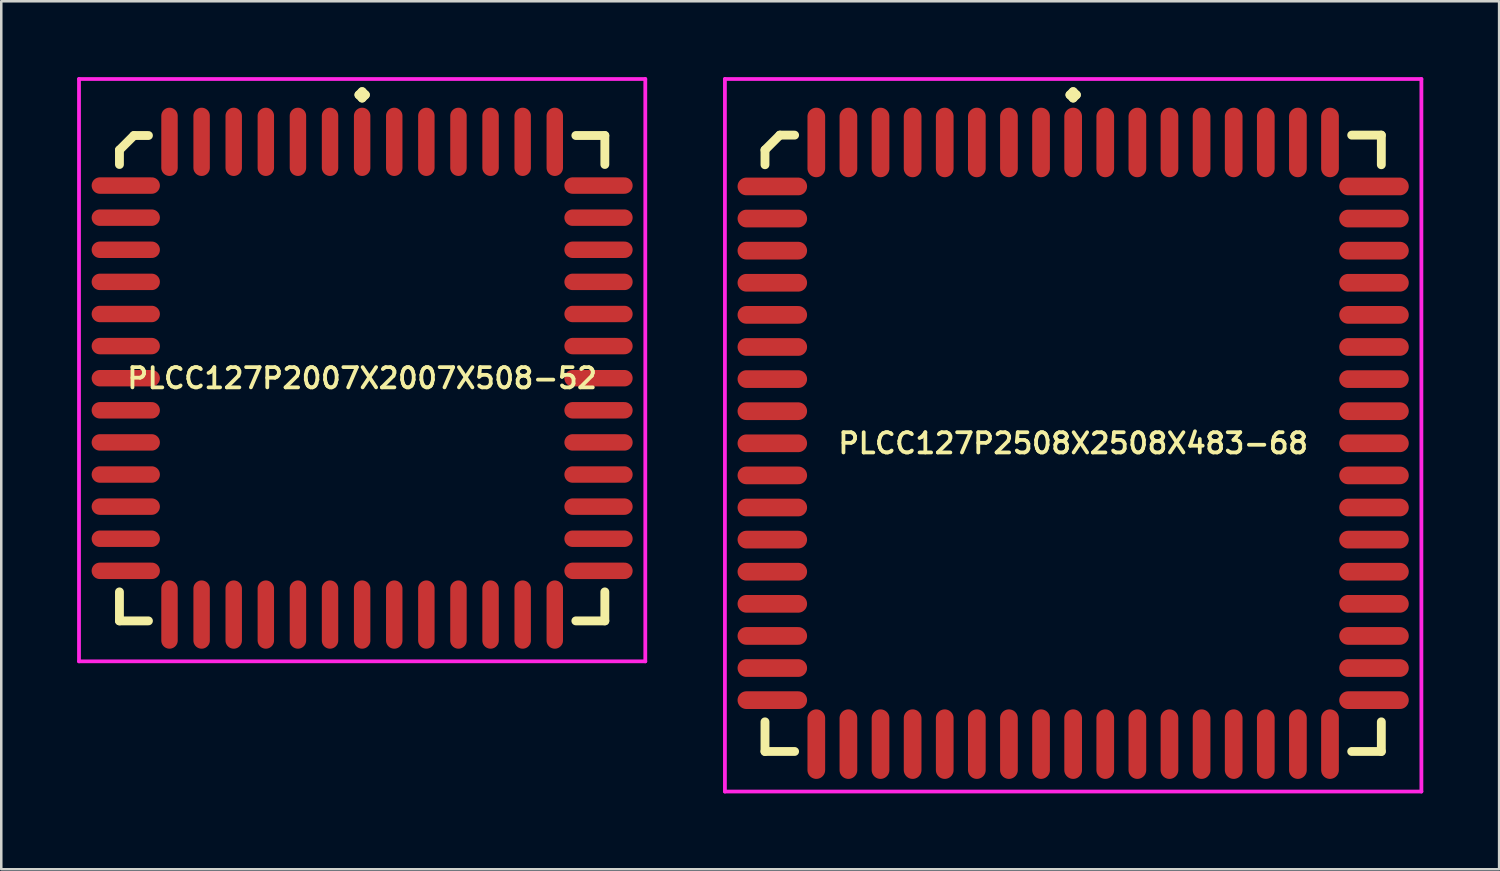
<source format=kicad_pcb>
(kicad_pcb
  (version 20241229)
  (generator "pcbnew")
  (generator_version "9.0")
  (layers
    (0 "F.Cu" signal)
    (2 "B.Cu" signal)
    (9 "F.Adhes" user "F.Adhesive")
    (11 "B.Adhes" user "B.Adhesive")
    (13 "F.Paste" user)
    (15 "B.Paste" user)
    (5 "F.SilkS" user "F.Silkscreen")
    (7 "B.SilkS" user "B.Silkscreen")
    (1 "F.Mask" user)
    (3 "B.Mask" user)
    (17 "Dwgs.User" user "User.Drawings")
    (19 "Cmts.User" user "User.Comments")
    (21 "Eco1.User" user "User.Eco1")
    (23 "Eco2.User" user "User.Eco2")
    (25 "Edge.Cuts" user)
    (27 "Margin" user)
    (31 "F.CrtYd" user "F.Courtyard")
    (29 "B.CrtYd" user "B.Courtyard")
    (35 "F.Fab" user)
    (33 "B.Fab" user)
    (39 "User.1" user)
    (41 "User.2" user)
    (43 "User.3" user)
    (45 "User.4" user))
  (footprint "PLCC127P2007X2007X508-52"
    (layer "F.Cu")
    (at 11.275 11.91)
    (property "Reference" "PLCC127P2007X2007X508-52" (at 0 0 0) (layer "F.SilkS") (effects (font (size 0.8 0.8) (thickness 0.15))))
    (attr through_hole)
    (fp_line (start -9.6 -9.027) (end -9.027 -9.6) (stroke (width 0.35) (type solid)) (layer "F.SilkS"))
    (fp_line (start -9.6 -8.453) (end -9.6 -9.027) (stroke (width 0.35) (type solid)) (layer "F.SilkS"))
    (fp_line (start -9.6 8.453) (end -9.6 9.6) (stroke (width 0.35) (type solid)) (layer "F.SilkS"))
    (fp_line (start -9.6 9.6) (end -8.453 9.6) (stroke (width 0.35) (type solid)) (layer "F.SilkS"))
    (fp_line (start -9.027 -9.6) (end -8.453 -9.6) (stroke (width 0.35) (type solid)) (layer "F.SilkS"))
    (fp_line (start -0.127 -11.208) (end 0 -11.335) (stroke (width 0.35) (type solid)) (layer "F.SilkS"))
    (fp_line (start 0 -11.335) (end 0.127 -11.208) (stroke (width 0.35) (type solid)) (layer "F.SilkS"))
    (fp_line (start 0 -11.081) (end -0.127 -11.208) (stroke (width 0.35) (type solid)) (layer "F.SilkS"))
    (fp_line (start 0.127 -11.208) (end 0 -11.081) (stroke (width 0.35) (type solid)) (layer "F.SilkS"))
    (fp_line (start 9.6 -9.6) (end 8.453 -9.6) (stroke (width 0.35) (type solid)) (layer "F.SilkS"))
    (fp_line (start 9.6 -8.453) (end 9.6 -9.6) (stroke (width 0.35) (type solid)) (layer "F.SilkS"))
    (fp_line (start 9.6 8.453) (end 9.6 9.6) (stroke (width 0.35) (type solid)) (layer "F.SilkS"))
    (fp_line (start 9.6 9.6) (end 8.453 9.6) (stroke (width 0.35) (type solid)) (layer "F.SilkS"))
    (fp_line (start -11.2 -11.835) (end 11.2 -11.835) (stroke (width 0.15) (type solid)) (layer "F.CrtYd"))
    (fp_line (start -11.2 11.2) (end -11.2 -11.835) (stroke (width 0.15) (type solid)) (layer "F.CrtYd"))
    (fp_line (start 11.2 -11.835) (end 11.2 11.2) (stroke (width 0.15) (type solid)) (layer "F.CrtYd"))
    (fp_line (start 11.2 11.2) (end -11.2 11.2) (stroke (width 0.15) (type solid)) (layer "F.CrtYd"))
    (pad "1" smd oval (at 0 -9.35) (size 0.65 2.7) (layers "F.Cu" "F.Mask" "F.Paste"))
    (pad "2" smd oval (at -1.27 -9.35) (size 0.65 2.7) (layers "F.Cu" "F.Mask" "F.Paste"))
    (pad "3" smd oval (at -2.54 -9.35) (size 0.65 2.7) (layers "F.Cu" "F.Mask" "F.Paste"))
    (pad "4" smd oval (at -3.81 -9.35) (size 0.65 2.7) (layers "F.Cu" "F.Mask" "F.Paste"))
    (pad "5" smd oval (at -5.08 -9.35) (size 0.65 2.7) (layers "F.Cu" "F.Mask" "F.Paste"))
    (pad "6" smd oval (at -6.35 -9.35) (size 0.65 2.7) (layers "F.Cu" "F.Mask" "F.Paste"))
    (pad "7" smd oval (at -7.62 -9.35) (size 0.65 2.7) (layers "F.Cu" "F.Mask" "F.Paste"))
    (pad "8" smd oval (at -9.35 -7.62) (size 2.7 0.65) (layers "F.Cu" "F.Mask" "F.Paste"))
    (pad "9" smd oval (at -9.35 -6.35) (size 2.7 0.65) (layers "F.Cu" "F.Mask" "F.Paste"))
    (pad "10" smd oval (at -9.35 -5.08) (size 2.7 0.65) (layers "F.Cu" "F.Mask" "F.Paste"))
    (pad "11" smd oval (at -9.35 -3.81) (size 2.7 0.65) (layers "F.Cu" "F.Mask" "F.Paste"))
    (pad "12" smd oval (at -9.35 -2.54) (size 2.7 0.65) (layers "F.Cu" "F.Mask" "F.Paste"))
    (pad "13" smd oval (at -9.35 -1.27) (size 2.7 0.65) (layers "F.Cu" "F.Mask" "F.Paste"))
    (pad "14" smd oval (at -9.35 0) (size 2.7 0.65) (layers "F.Cu" "F.Mask" "F.Paste"))
    (pad "15" smd oval (at -9.35 1.27) (size 2.7 0.65) (layers "F.Cu" "F.Mask" "F.Paste"))
    (pad "16" smd oval (at -9.35 2.54) (size 2.7 0.65) (layers "F.Cu" "F.Mask" "F.Paste"))
    (pad "17" smd oval (at -9.35 3.81) (size 2.7 0.65) (layers "F.Cu" "F.Mask" "F.Paste"))
    (pad "18" smd oval (at -9.35 5.08) (size 2.7 0.65) (layers "F.Cu" "F.Mask" "F.Paste"))
    (pad "19" smd oval (at -9.35 6.35) (size 2.7 0.65) (layers "F.Cu" "F.Mask" "F.Paste"))
    (pad "20" smd oval (at -9.35 7.62) (size 2.7 0.65) (layers "F.Cu" "F.Mask" "F.Paste"))
    (pad "21" smd oval (at -7.62 9.35) (size 0.65 2.7) (layers "F.Cu" "F.Mask" "F.Paste"))
    (pad "22" smd oval (at -6.35 9.35) (size 0.65 2.7) (layers "F.Cu" "F.Mask" "F.Paste"))
    (pad "23" smd oval (at -5.08 9.35) (size 0.65 2.7) (layers "F.Cu" "F.Mask" "F.Paste"))
    (pad "24" smd oval (at -3.81 9.35) (size 0.65 2.7) (layers "F.Cu" "F.Mask" "F.Paste"))
    (pad "25" smd oval (at -2.54 9.35) (size 0.65 2.7) (layers "F.Cu" "F.Mask" "F.Paste"))
    (pad "26" smd oval (at -1.27 9.35) (size 0.65 2.7) (layers "F.Cu" "F.Mask" "F.Paste"))
    (pad "27" smd oval (at 0 9.35) (size 0.65 2.7) (layers "F.Cu" "F.Mask" "F.Paste"))
    (pad "28" smd oval (at 1.27 9.35) (size 0.65 2.7) (layers "F.Cu" "F.Mask" "F.Paste"))
    (pad "29" smd oval (at 2.54 9.35) (size 0.65 2.7) (layers "F.Cu" "F.Mask" "F.Paste"))
    (pad "30" smd oval (at 3.81 9.35) (size 0.65 2.7) (layers "F.Cu" "F.Mask" "F.Paste"))
    (pad "31" smd oval (at 5.08 9.35) (size 0.65 2.7) (layers "F.Cu" "F.Mask" "F.Paste"))
    (pad "32" smd oval (at 6.35 9.35) (size 0.65 2.7) (layers "F.Cu" "F.Mask" "F.Paste"))
    (pad "33" smd oval (at 7.62 9.35) (size 0.65 2.7) (layers "F.Cu" "F.Mask" "F.Paste"))
    (pad "34" smd oval (at 9.35 7.62) (size 2.7 0.65) (layers "F.Cu" "F.Mask" "F.Paste"))
    (pad "35" smd oval (at 9.35 6.35) (size 2.7 0.65) (layers "F.Cu" "F.Mask" "F.Paste"))
    (pad "36" smd oval (at 9.35 5.08) (size 2.7 0.65) (layers "F.Cu" "F.Mask" "F.Paste"))
    (pad "37" smd oval (at 9.35 3.81) (size 2.7 0.65) (layers "F.Cu" "F.Mask" "F.Paste"))
    (pad "38" smd oval (at 9.35 2.54) (size 2.7 0.65) (layers "F.Cu" "F.Mask" "F.Paste"))
    (pad "39" smd oval (at 9.35 1.27) (size 2.7 0.65) (layers "F.Cu" "F.Mask" "F.Paste"))
    (pad "40" smd oval (at 9.35 0) (size 2.7 0.65) (layers "F.Cu" "F.Mask" "F.Paste"))
    (pad "41" smd oval (at 9.35 -1.27) (size 2.7 0.65) (layers "F.Cu" "F.Mask" "F.Paste"))
    (pad "42" smd oval (at 9.35 -2.54) (size 2.7 0.65) (layers "F.Cu" "F.Mask" "F.Paste"))
    (pad "43" smd oval (at 9.35 -3.81) (size 2.7 0.65) (layers "F.Cu" "F.Mask" "F.Paste"))
    (pad "44" smd oval (at 9.35 -5.08) (size 2.7 0.65) (layers "F.Cu" "F.Mask" "F.Paste"))
    (pad "45" smd oval (at 9.35 -6.35) (size 2.7 0.65) (layers "F.Cu" "F.Mask" "F.Paste"))
    (pad "46" smd oval (at 9.35 -7.62) (size 2.7 0.65) (layers "F.Cu" "F.Mask" "F.Paste"))
    (pad "47" smd oval (at 7.62 -9.35) (size 0.65 2.7) (layers "F.Cu" "F.Mask" "F.Paste"))
    (pad "48" smd oval (at 6.35 -9.35) (size 0.65 2.7) (layers "F.Cu" "F.Mask" "F.Paste"))
    (pad "49" smd oval (at 5.08 -9.35) (size 0.65 2.7) (layers "F.Cu" "F.Mask" "F.Paste"))
    (pad "50" smd oval (at 3.81 -9.35) (size 0.65 2.7) (layers "F.Cu" "F.Mask" "F.Paste"))
    (pad "51" smd oval (at 2.54 -9.35) (size 0.65 2.7) (layers "F.Cu" "F.Mask" "F.Paste"))
    (pad "52" smd oval (at 1.27 -9.35) (size 0.65 2.7) (layers "F.Cu" "F.Mask" "F.Paste")))
  (footprint "PLCC127P2508X2508X483-68"
    (layer "F.Cu")
    (at 39.4 14.485)
    (property "Reference" "PLCC127P2508X2508X483-68" (at 0 0 0) (layer "F.SilkS") (effects (font (size 0.8 0.8) (thickness 0.15))))
    (attr smd)
    (fp_line (start -12.19 -11.604) (end -11.604 -12.19) (stroke (width 0.35) (type solid)) (layer "F.SilkS"))
    (fp_line (start -12.19 -11.018) (end -12.19 -11.604) (stroke (width 0.35) (type solid)) (layer "F.SilkS"))
    (fp_line (start -12.19 11.018) (end -12.19 12.19) (stroke (width 0.35) (type solid)) (layer "F.SilkS"))
    (fp_line (start -12.19 12.19) (end -11.018 12.19) (stroke (width 0.35) (type solid)) (layer "F.SilkS"))
    (fp_line (start -11.604 -12.19) (end -11.018 -12.19) (stroke (width 0.35) (type solid)) (layer "F.SilkS"))
    (fp_line (start -0.127 -13.783) (end 0 -13.91) (stroke (width 0.35) (type solid)) (layer "F.SilkS"))
    (fp_line (start 0 -13.91) (end 0.127 -13.783) (stroke (width 0.35) (type solid)) (layer "F.SilkS"))
    (fp_line (start 0 -13.656) (end -0.127 -13.783) (stroke (width 0.35) (type solid)) (layer "F.SilkS"))
    (fp_line (start 0.127 -13.783) (end 0 -13.656) (stroke (width 0.35) (type solid)) (layer "F.SilkS"))
    (fp_line (start 12.19 -12.19) (end 11.018 -12.19) (stroke (width 0.35) (type solid)) (layer "F.SilkS"))
    (fp_line (start 12.19 -11.018) (end 12.19 -12.19) (stroke (width 0.35) (type solid)) (layer "F.SilkS"))
    (fp_line (start 12.19 11.018) (end 12.19 12.19) (stroke (width 0.35) (type solid)) (layer "F.SilkS"))
    (fp_line (start 12.19 12.19) (end 11.018 12.19) (stroke (width 0.35) (type solid)) (layer "F.SilkS"))
    (fp_line (start -13.775 -14.41) (end 13.775 -14.41) (stroke (width 0.15) (type solid)) (layer "F.CrtYd"))
    (fp_line (start -13.775 13.775) (end -13.775 -14.41) (stroke (width 0.15) (type solid)) (layer "F.CrtYd"))
    (fp_line (start 13.775 -14.41) (end 13.775 13.775) (stroke (width 0.15) (type solid)) (layer "F.CrtYd"))
    (fp_line (start 13.775 13.775) (end -13.775 13.775) (stroke (width 0.15) (type solid)) (layer "F.CrtYd"))
    (pad "1" smd oval (at 0 -11.9) (size 0.7 2.75) (layers "F.Cu" "F.Mask" "F.Paste"))
    (pad "2" smd oval (at -1.27 -11.9) (size 0.7 2.75) (layers "F.Cu" "F.Mask" "F.Paste"))
    (pad "3" smd oval (at -2.54 -11.9) (size 0.7 2.75) (layers "F.Cu" "F.Mask" "F.Paste"))
    (pad "4" smd oval (at -3.81 -11.9) (size 0.7 2.75) (layers "F.Cu" "F.Mask" "F.Paste"))
    (pad "5" smd oval (at -5.08 -11.9) (size 0.7 2.75) (layers "F.Cu" "F.Mask" "F.Paste"))
    (pad "6" smd oval (at -6.35 -11.9) (size 0.7 2.75) (layers "F.Cu" "F.Mask" "F.Paste"))
    (pad "7" smd oval (at -7.62 -11.9) (size 0.7 2.75) (layers "F.Cu" "F.Mask" "F.Paste"))
    (pad "8" smd oval (at -8.89 -11.9) (size 0.7 2.75) (layers "F.Cu" "F.Mask" "F.Paste"))
    (pad "9" smd oval (at -10.16 -11.9) (size 0.7 2.75) (layers "F.Cu" "F.Mask" "F.Paste"))
    (pad "10" smd oval (at -11.9 -10.16) (size 2.75 0.7) (layers "F.Cu" "F.Mask" "F.Paste"))
    (pad "11" smd oval (at -11.9 -8.89) (size 2.75 0.7) (layers "F.Cu" "F.Mask" "F.Paste"))
    (pad "12" smd oval (at -11.9 -7.62) (size 2.75 0.7) (layers "F.Cu" "F.Mask" "F.Paste"))
    (pad "13" smd oval (at -11.9 -6.35) (size 2.75 0.7) (layers "F.Cu" "F.Mask" "F.Paste"))
    (pad "14" smd oval (at -11.9 -5.08) (size 2.75 0.7) (layers "F.Cu" "F.Mask" "F.Paste"))
    (pad "15" smd oval (at -11.9 -3.81) (size 2.75 0.7) (layers "F.Cu" "F.Mask" "F.Paste"))
    (pad "16" smd oval (at -11.9 -2.54) (size 2.75 0.7) (layers "F.Cu" "F.Mask" "F.Paste"))
    (pad "17" smd oval (at -11.9 -1.27) (size 2.75 0.7) (layers "F.Cu" "F.Mask" "F.Paste"))
    (pad "18" smd oval (at -11.9 0) (size 2.75 0.7) (layers "F.Cu" "F.Mask" "F.Paste"))
    (pad "19" smd oval (at -11.9 1.27) (size 2.75 0.7) (layers "F.Cu" "F.Mask" "F.Paste"))
    (pad "20" smd oval (at -11.9 2.54) (size 2.75 0.7) (layers "F.Cu" "F.Mask" "F.Paste"))
    (pad "21" smd oval (at -11.9 3.81) (size 2.75 0.7) (layers "F.Cu" "F.Mask" "F.Paste"))
    (pad "22" smd oval (at -11.9 5.08) (size 2.75 0.7) (layers "F.Cu" "F.Mask" "F.Paste"))
    (pad "23" smd oval (at -11.9 6.35) (size 2.75 0.7) (layers "F.Cu" "F.Mask" "F.Paste"))
    (pad "24" smd oval (at -11.9 7.62) (size 2.75 0.7) (layers "F.Cu" "F.Mask" "F.Paste"))
    (pad "25" smd oval (at -11.9 8.89) (size 2.75 0.7) (layers "F.Cu" "F.Mask" "F.Paste"))
    (pad "26" smd oval (at -11.9 10.16) (size 2.75 0.7) (layers "F.Cu" "F.Mask" "F.Paste"))
    (pad "27" smd oval (at -10.16 11.9) (size 0.7 2.75) (layers "F.Cu" "F.Mask" "F.Paste"))
    (pad "28" smd oval (at -8.89 11.9) (size 0.7 2.75) (layers "F.Cu" "F.Mask" "F.Paste"))
    (pad "29" smd oval (at -7.62 11.9) (size 0.7 2.75) (layers "F.Cu" "F.Mask" "F.Paste"))
    (pad "30" smd oval (at -6.35 11.9) (size 0.7 2.75) (layers "F.Cu" "F.Mask" "F.Paste"))
    (pad "31" smd oval (at -5.08 11.9) (size 0.7 2.75) (layers "F.Cu" "F.Mask" "F.Paste"))
    (pad "32" smd oval (at -3.81 11.9) (size 0.7 2.75) (layers "F.Cu" "F.Mask" "F.Paste"))
    (pad "33" smd oval (at -2.54 11.9) (size 0.7 2.75) (layers "F.Cu" "F.Mask" "F.Paste"))
    (pad "34" smd oval (at -1.27 11.9) (size 0.7 2.75) (layers "F.Cu" "F.Mask" "F.Paste"))
    (pad "35" smd oval (at 0 11.9) (size 0.7 2.75) (layers "F.Cu" "F.Mask" "F.Paste"))
    (pad "36" smd oval (at 1.27 11.9) (size 0.7 2.75) (layers "F.Cu" "F.Mask" "F.Paste"))
    (pad "37" smd oval (at 2.54 11.9) (size 0.7 2.75) (layers "F.Cu" "F.Mask" "F.Paste"))
    (pad "38" smd oval (at 3.81 11.9) (size 0.7 2.75) (layers "F.Cu" "F.Mask" "F.Paste"))
    (pad "39" smd oval (at 5.08 11.9) (size 0.7 2.75) (layers "F.Cu" "F.Mask" "F.Paste"))
    (pad "40" smd oval (at 6.35 11.9) (size 0.7 2.75) (layers "F.Cu" "F.Mask" "F.Paste"))
    (pad "41" smd oval (at 7.62 11.9) (size 0.7 2.75) (layers "F.Cu" "F.Mask" "F.Paste"))
    (pad "42" smd oval (at 8.89 11.9) (size 0.7 2.75) (layers "F.Cu" "F.Mask" "F.Paste"))
    (pad "43" smd oval (at 10.16 11.9) (size 0.7 2.75) (layers "F.Cu" "F.Mask" "F.Paste"))
    (pad "44" smd oval (at 11.9 10.16) (size 2.75 0.7) (layers "F.Cu" "F.Mask" "F.Paste"))
    (pad "45" smd oval (at 11.9 8.89) (size 2.75 0.7) (layers "F.Cu" "F.Mask" "F.Paste"))
    (pad "46" smd oval (at 11.9 7.62) (size 2.75 0.7) (layers "F.Cu" "F.Mask" "F.Paste"))
    (pad "47" smd oval (at 11.9 6.35) (size 2.75 0.7) (layers "F.Cu" "F.Mask" "F.Paste"))
    (pad "48" smd oval (at 11.9 5.08) (size 2.75 0.7) (layers "F.Cu" "F.Mask" "F.Paste"))
    (pad "49" smd oval (at 11.9 3.81) (size 2.75 0.7) (layers "F.Cu" "F.Mask" "F.Paste"))
    (pad "50" smd oval (at 11.9 2.54) (size 2.75 0.7) (layers "F.Cu" "F.Mask" "F.Paste"))
    (pad "51" smd oval (at 11.9 1.27) (size 2.75 0.7) (layers "F.Cu" "F.Mask" "F.Paste"))
    (pad "52" smd oval (at 11.9 0) (size 2.75 0.7) (layers "F.Cu" "F.Mask" "F.Paste"))
    (pad "53" smd oval (at 11.9 -1.27) (size 2.75 0.7) (layers "F.Cu" "F.Mask" "F.Paste"))
    (pad "54" smd oval (at 11.9 -2.54) (size 2.75 0.7) (layers "F.Cu" "F.Mask" "F.Paste"))
    (pad "55" smd oval (at 11.9 -3.81) (size 2.75 0.7) (layers "F.Cu" "F.Mask" "F.Paste"))
    (pad "56" smd oval (at 11.9 -5.08) (size 2.75 0.7) (layers "F.Cu" "F.Mask" "F.Paste"))
    (pad "57" smd oval (at 11.9 -6.35) (size 2.75 0.7) (layers "F.Cu" "F.Mask" "F.Paste"))
    (pad "58" smd oval (at 11.9 -7.62) (size 2.75 0.7) (layers "F.Cu" "F.Mask" "F.Paste"))
    (pad "59" smd oval (at 11.9 -8.89) (size 2.75 0.7) (layers "F.Cu" "F.Mask" "F.Paste"))
    (pad "60" smd oval (at 11.9 -10.16) (size 2.75 0.7) (layers "F.Cu" "F.Mask" "F.Paste"))
    (pad "61" smd oval (at 10.16 -11.9) (size 0.7 2.75) (layers "F.Cu" "F.Mask" "F.Paste"))
    (pad "62" smd oval (at 8.89 -11.9) (size 0.7 2.75) (layers "F.Cu" "F.Mask" "F.Paste"))
    (pad "63" smd oval (at 7.62 -11.9) (size 0.7 2.75) (layers "F.Cu" "F.Mask" "F.Paste"))
    (pad "64" smd oval (at 6.35 -11.9) (size 0.7 2.75) (layers "F.Cu" "F.Mask" "F.Paste"))
    (pad "65" smd oval (at 5.08 -11.9) (size 0.7 2.75) (layers "F.Cu" "F.Mask" "F.Paste"))
    (pad "66" smd oval (at 3.81 -11.9) (size 0.7 2.75) (layers "F.Cu" "F.Mask" "F.Paste"))
    (pad "67" smd oval (at 2.54 -11.9) (size 0.7 2.75) (layers "F.Cu" "F.Mask" "F.Paste"))
    (pad "68" smd oval (at 1.27 -11.9) (size 0.7 2.75) (layers "F.Cu" "F.Mask" "F.Paste")))
  (gr_rect
    (start -3 -3)
    (end 56.25 31.335)
    (stroke (width 0.1) (type default))
    (fill no)
    (layer "Edge.Cuts")))
</source>
